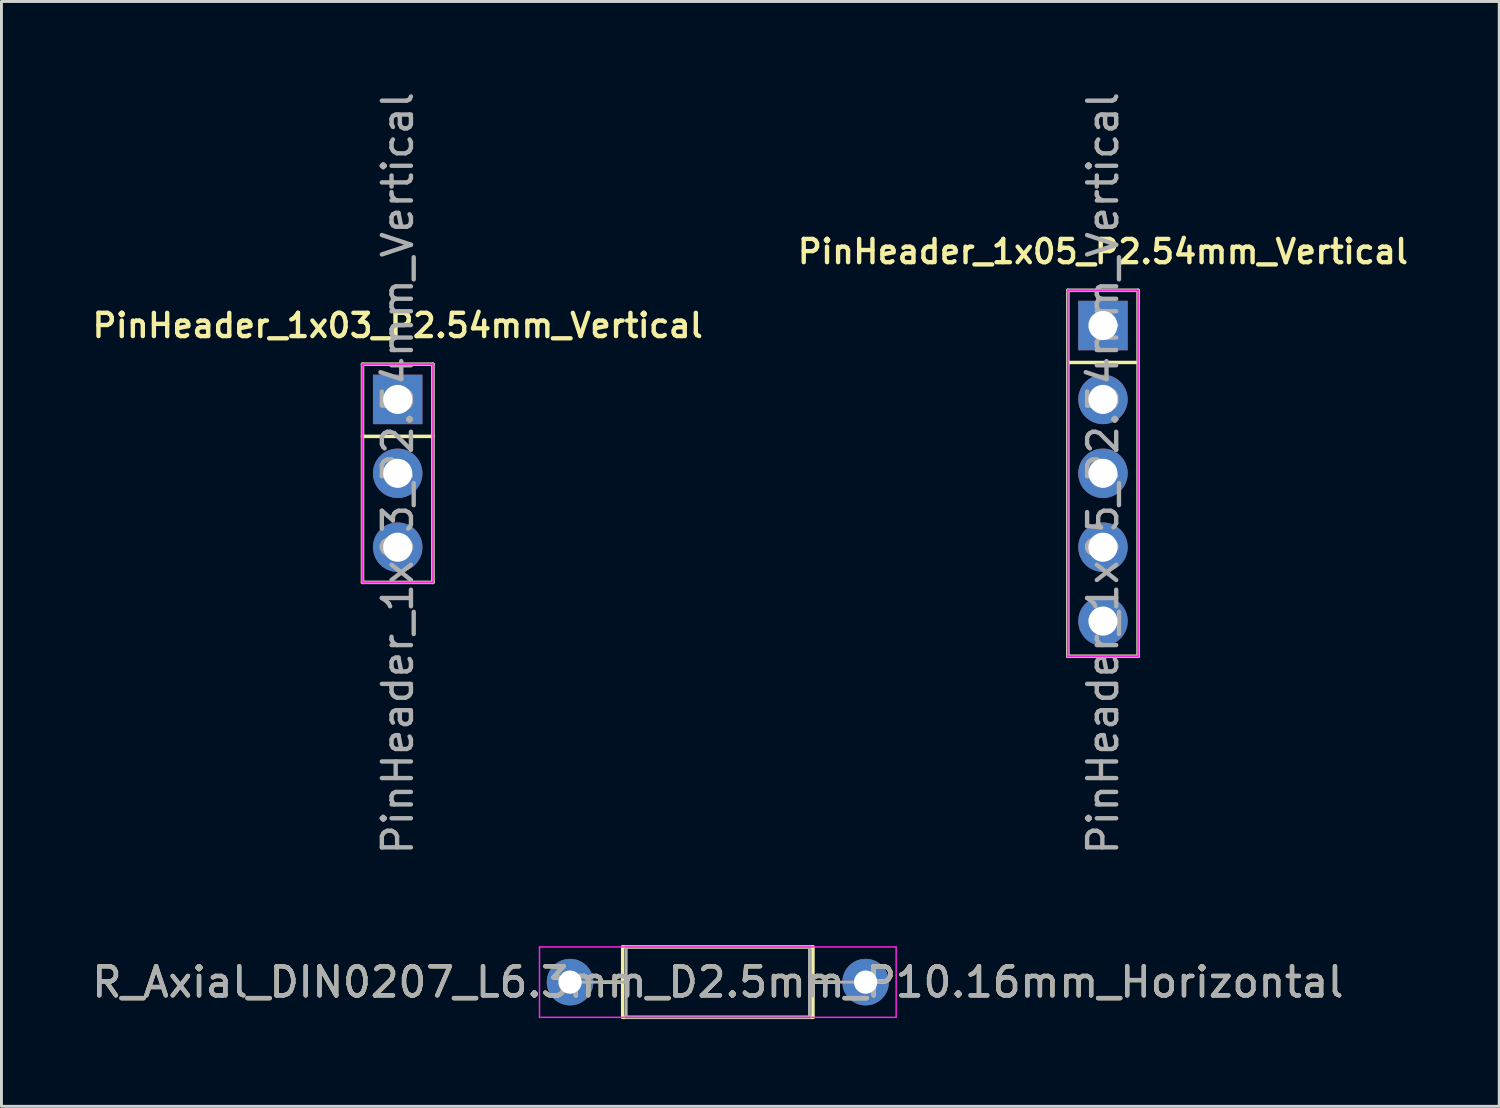
<source format=kicad_pcb>
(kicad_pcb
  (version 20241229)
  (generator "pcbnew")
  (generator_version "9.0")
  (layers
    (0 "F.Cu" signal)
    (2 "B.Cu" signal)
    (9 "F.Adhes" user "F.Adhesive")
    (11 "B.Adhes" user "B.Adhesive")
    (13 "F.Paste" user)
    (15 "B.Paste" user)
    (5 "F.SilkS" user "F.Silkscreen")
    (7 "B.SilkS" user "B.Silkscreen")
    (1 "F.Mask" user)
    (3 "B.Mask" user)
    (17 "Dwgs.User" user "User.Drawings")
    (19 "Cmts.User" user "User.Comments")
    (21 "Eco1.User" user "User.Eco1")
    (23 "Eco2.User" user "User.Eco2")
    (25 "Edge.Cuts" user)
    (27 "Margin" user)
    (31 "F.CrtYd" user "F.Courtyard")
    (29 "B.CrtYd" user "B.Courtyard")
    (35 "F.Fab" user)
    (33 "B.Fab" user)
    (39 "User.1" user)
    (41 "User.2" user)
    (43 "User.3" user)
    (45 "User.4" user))
  (footprint "PinHeader_1x05_P2.54mm_Vertical"
    (layer "F.Cu")
    (at 34.864 8.14)
    (property "Reference" "PinHeader_1x05_P2.54mm_Vertical" (at 0 -2.54 0) (layer "F.SilkS") (effects (font (size 0.8 0.8) (thickness 0.15))))
    (attr through_hole)
    (fp_line (start -1.21 -1.21) (end -1.21 11.37) (stroke (width 0.12) (type solid)) (layer "F.SilkS"))
    (fp_line (start -1.21 -1.21) (end 1.21 -1.21) (stroke (width 0.12) (type solid)) (layer "F.SilkS"))
    (fp_line (start -1.21 1.27) (end 1.21 1.27) (stroke (width 0.12) (type solid)) (layer "F.SilkS"))
    (fp_line (start -1.21 11.37) (end 1.21 11.37) (stroke (width 0.12) (type solid)) (layer "F.SilkS"))
    (fp_line (start 1.21 -1.21) (end 1.21 11.37) (stroke (width 0.12) (type solid)) (layer "F.SilkS"))
    (fp_line (start -1.21 -1.21) (end -1.21 11.37) (stroke (width 0.05) (type solid)) (layer "F.CrtYd"))
    (fp_line (start -1.21 11.37) (end 1.21 11.37) (stroke (width 0.05) (type solid)) (layer "F.CrtYd"))
    (fp_line (start 1.21 -1.21) (end -1.21 -1.21) (stroke (width 0.05) (type solid)) (layer "F.CrtYd"))
    (fp_line (start 1.21 11.37) (end 1.21 -1.21) (stroke (width 0.05) (type solid)) (layer "F.CrtYd"))
    (fp_line (start -1.21 -1.21) (end 1.21 -1.21) (stroke (width 0.1) (type solid)) (layer "F.Fab"))
    (fp_line (start -1.21 11.37) (end -1.21 -1.21) (stroke (width 0.1) (type solid)) (layer "F.Fab"))
    (fp_line (start 1.21 -1.21) (end 1.21 11.37) (stroke (width 0.1) (type solid)) (layer "F.Fab"))
    (fp_line (start 1.21 11.37) (end -1.21 11.37) (stroke (width 0.1) (type solid)) (layer "F.Fab"))
    (fp_text user "${REFERENCE}" (at 0 5.08 90) (layer "F.Fab") (effects (font (size 1 1) (thickness 0.15))))
    (pad "1" thru_hole rect (at 0 0) (size 1.7 1.7) (drill 1) (layers "*.Cu" "*.Mask"))
    (pad "2" thru_hole oval (at 0 2.54) (size 1.7 1.7) (drill 1) (layers "*.Cu" "*.Mask"))
    (pad "3" thru_hole oval (at 0 5.08) (size 1.7 1.7) (drill 1) (layers "*.Cu" "*.Mask"))
    (pad "4" thru_hole oval (at 0 7.62) (size 1.7 1.7) (drill 1) (layers "*.Cu" "*.Mask"))
    (pad "5" thru_hole oval (at 0 10.16) (size 1.7 1.7) (drill 1) (layers "*.Cu" "*.Mask")))
  (footprint "PinHeader_1x03_P2.54mm_Vertical"
    (layer "F.Cu")
    (at 10.621 10.68)
    (property "Reference" "PinHeader_1x03_P2.54mm_Vertical" (at 0 -2.54 0) (layer "F.SilkS") (effects (font (size 0.8 0.8) (thickness 0.15))))
    (attr through_hole)
    (fp_line (start -1.21 -1.21) (end -1.21 6.29) (stroke (width 0.12) (type solid)) (layer "F.SilkS"))
    (fp_line (start -1.21 -1.21) (end 1.21 -1.21) (stroke (width 0.12) (type solid)) (layer "F.SilkS"))
    (fp_line (start -1.21 1.27) (end 1.21 1.27) (stroke (width 0.12) (type solid)) (layer "F.SilkS"))
    (fp_line (start -1.21 6.29) (end 1.21 6.29) (stroke (width 0.12) (type solid)) (layer "F.SilkS"))
    (fp_line (start 1.21 -1.21) (end 1.21 6.29) (stroke (width 0.12) (type solid)) (layer "F.SilkS"))
    (fp_line (start -1.21 -1.21) (end -1.21 6.29) (stroke (width 0.05) (type solid)) (layer "F.CrtYd"))
    (fp_line (start -1.21 6.29) (end 1.21 6.29) (stroke (width 0.05) (type solid)) (layer "F.CrtYd"))
    (fp_line (start 1.21 -1.21) (end -1.21 -1.21) (stroke (width 0.05) (type solid)) (layer "F.CrtYd"))
    (fp_line (start 1.21 6.29) (end 1.21 -1.21) (stroke (width 0.05) (type solid)) (layer "F.CrtYd"))
    (fp_line (start -1.21 -1.21) (end 1.21 -1.21) (stroke (width 0.1) (type solid)) (layer "F.Fab"))
    (fp_line (start -1.21 6.29) (end -1.21 -1.21) (stroke (width 0.1) (type solid)) (layer "F.Fab"))
    (fp_line (start 1.21 -1.21) (end 1.21 6.29) (stroke (width 0.1) (type solid)) (layer "F.Fab"))
    (fp_line (start 1.21 6.29) (end -1.21 6.29) (stroke (width 0.1) (type solid)) (layer "F.Fab"))
    (fp_text user "${REFERENCE}" (at 0 2.54 270) (layer "F.Fab") (effects (font (size 1 1) (thickness 0.15))))
    (pad "1" thru_hole rect (at 0 0) (size 1.7 1.7) (drill 1) (layers "*.Cu" "*.Mask"))
    (pad "2" thru_hole oval (at 0 2.54) (size 1.7 1.7) (drill 1) (layers "*.Cu" "*.Mask"))
    (pad "3" thru_hole oval (at 0 5.08) (size 1.7 1.7) (drill 1) (layers "*.Cu" "*.Mask")))
  (footprint "R_Axial_DIN0207_L6.3mm_D2.5mm_P10.16mm_Horizontal"
    (layer "F.Cu")
    (at 16.545 30.71)
    (property "Reference" "R_Axial_DIN0207_L6.3mm_D2.5mm_P10.16mm_Horizontal" (at 5.08 0 0) (layer "F.SilkS") (effects (font (size 1 1) (thickness 0.15))))
    (attr through_hole)
    (fp_line (start 1.04 0) (end 1.81 0) (stroke (width 0.12) (type solid)) (layer "F.SilkS"))
    (fp_line (start 1.81 -1.21) (end 1.81 1.21) (stroke (width 0.12) (type solid)) (layer "F.SilkS"))
    (fp_line (start 1.81 1.21) (end 8.35 1.21) (stroke (width 0.12) (type solid)) (layer "F.SilkS"))
    (fp_line (start 8.35 -1.21) (end 1.81 -1.21) (stroke (width 0.12) (type solid)) (layer "F.SilkS"))
    (fp_line (start 8.35 1.21) (end 8.35 -1.21) (stroke (width 0.12) (type solid)) (layer "F.SilkS"))
    (fp_line (start 9.12 0) (end 8.35 0) (stroke (width 0.12) (type solid)) (layer "F.SilkS"))
    (fp_line (start -1.05 -1.21) (end -1.05 1.21) (stroke (width 0.05) (type solid)) (layer "F.CrtYd"))
    (fp_line (start -1.05 1.21) (end 11.21 1.21) (stroke (width 0.05) (type solid)) (layer "F.CrtYd"))
    (fp_line (start 11.21 -1.21) (end -1.05 -1.21) (stroke (width 0.05) (type solid)) (layer "F.CrtYd"))
    (fp_line (start 11.21 1.21) (end 11.21 -1.21) (stroke (width 0.05) (type solid)) (layer "F.CrtYd"))
    (fp_line (start 0 0) (end 1.93 0) (stroke (width 0.1) (type solid)) (layer "F.Fab"))
    (fp_line (start 1.93 -1.21) (end 1.93 1.21) (stroke (width 0.1) (type solid)) (layer "F.Fab"))
    (fp_line (start 1.93 1.21) (end 8.23 1.21) (stroke (width 0.1) (type solid)) (layer "F.Fab"))
    (fp_line (start 8.23 -1.21) (end 1.93 -1.21) (stroke (width 0.1) (type solid)) (layer "F.Fab"))
    (fp_line (start 8.23 1.21) (end 8.23 -1.21) (stroke (width 0.1) (type solid)) (layer "F.Fab"))
    (fp_line (start 10.16 0) (end 8.23 0) (stroke (width 0.1) (type solid)) (layer "F.Fab"))
    (fp_text user "${REFERENCE}" (at 5.08 0 0) (layer "F.Fab") (effects (font (size 1 1) (thickness 0.15))))
    (pad "1" thru_hole circle (at 0 0) (size 1.6 1.6) (drill 0.8) (layers "*.Cu" "*.Mask"))
    (pad "2" thru_hole oval (at 10.16 0) (size 1.6 1.6) (drill 0.8) (layers "*.Cu" "*.Mask")))
  (gr_rect
    (start -3 -3)
    (end 48.485 34.98)
    (stroke (width 0.1) (type default))
    (fill no)
    (layer "Edge.Cuts")))
</source>
